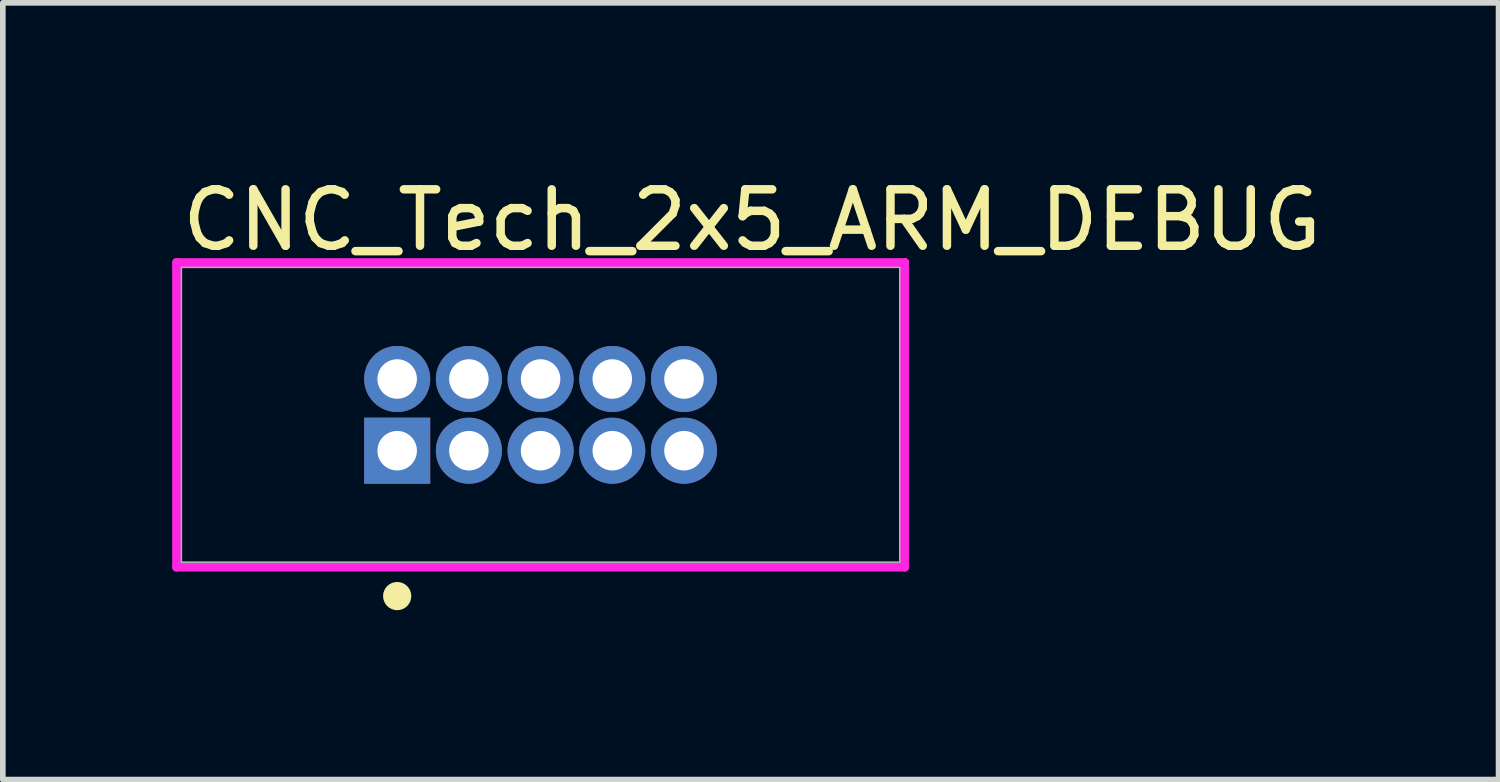
<source format=kicad_pcb>
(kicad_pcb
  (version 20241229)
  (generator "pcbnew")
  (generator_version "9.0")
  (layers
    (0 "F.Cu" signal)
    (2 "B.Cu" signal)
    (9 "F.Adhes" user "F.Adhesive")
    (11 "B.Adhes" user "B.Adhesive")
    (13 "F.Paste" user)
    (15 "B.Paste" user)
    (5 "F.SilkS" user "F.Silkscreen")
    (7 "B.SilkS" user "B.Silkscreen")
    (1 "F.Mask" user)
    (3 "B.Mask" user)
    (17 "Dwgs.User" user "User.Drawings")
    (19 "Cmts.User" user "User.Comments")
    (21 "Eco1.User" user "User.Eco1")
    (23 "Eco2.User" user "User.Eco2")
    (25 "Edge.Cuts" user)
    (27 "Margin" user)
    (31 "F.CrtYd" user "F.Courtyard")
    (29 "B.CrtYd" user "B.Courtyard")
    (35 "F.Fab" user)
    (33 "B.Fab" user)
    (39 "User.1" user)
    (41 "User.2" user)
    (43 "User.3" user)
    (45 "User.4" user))
  (footprint "CNC_Tech_2x5_ARM_DEBUG"
    (layer "F.Cu")
    (at 6.525 4.298)
    (property "Reference" "CNC_Tech_2x5_ARM_DEBUG" (at -6.425 -3.45 0) (layer "F.SilkS") (effects (font (size 1 1) (thickness 0.15)) (justify left)))
    (attr through_hole)
    (fp_line (start -6.425 -2.675) (end 6.425 -2.675) (stroke (width 0.15) (type solid)) (layer "F.SilkS"))
    (fp_line (start -6.425 2.675) (end -6.425 -2.675) (stroke (width 0.15) (type solid)) (layer "F.SilkS"))
    (fp_line (start -6.425 2.675) (end 6.425 2.675) (stroke (width 0.15) (type solid)) (layer "F.SilkS"))
    (fp_line (start 6.425 2.675) (end 6.425 -2.675) (stroke (width 0.15) (type solid)) (layer "F.SilkS"))
    (fp_circle (center -2.54 3.21) (end -2.415 3.21) (stroke (width 0.25) (type solid)) (fill no) (layer "F.SilkS"))
    (fp_line (start -6.45 -2.7) (end -6.45 2.7) (stroke (width 0.15) (type solid)) (layer "F.CrtYd"))
    (fp_line (start -6.45 2.7) (end 6.45 2.7) (stroke (width 0.15) (type solid)) (layer "F.CrtYd"))
    (fp_line (start 6.45 -2.7) (end -6.45 -2.7) (stroke (width 0.15) (type solid)) (layer "F.CrtYd"))
    (fp_line (start 6.45 -2.7) (end 6.45 -2.7) (stroke (width 0.15) (type solid)) (layer "F.CrtYd"))
    (fp_line (start 6.45 2.7) (end 6.45 -2.7) (stroke (width 0.15) (type solid)) (layer "F.CrtYd"))
    (fp_line (start -6.425 -2.675) (end 6.425 -2.675) (stroke (width 0.15) (type solid)) (layer "F.Fab"))
    (fp_line (start -6.425 2.675) (end -6.425 -2.675) (stroke (width 0.15) (type solid)) (layer "F.Fab"))
    (fp_line (start 6.425 -2.675) (end 6.425 2.675) (stroke (width 0.15) (type solid)) (layer "F.Fab"))
    (fp_line (start 6.425 2.675) (end -6.425 2.675) (stroke (width 0.15) (type solid)) (layer "F.Fab"))
    (pad "1" thru_hole rect (at -2.54 0.635) (size 1.17 1.17) (drill 0.7) (layers "*.Cu" "*.Mask"))
    (pad "2" thru_hole circle (at -2.54 -0.635) (size 1.17 1.17) (drill 0.7) (layers "*.Cu" "*.Mask"))
    (pad "3" thru_hole circle (at -1.27 0.635) (size 1.17 1.17) (drill 0.7) (layers "*.Cu" "*.Mask"))
    (pad "4" thru_hole circle (at -1.27 -0.635) (size 1.17 1.17) (drill 0.7) (layers "*.Cu" "*.Mask"))
    (pad "5" thru_hole circle (at 0 0.635) (size 1.17 1.17) (drill 0.7) (layers "*.Cu" "*.Mask"))
    (pad "6" thru_hole circle (at 0 -0.635) (size 1.17 1.17) (drill 0.7) (layers "*.Cu" "*.Mask"))
    (pad "7" thru_hole circle (at 1.27 0.635) (size 1.17 1.17) (drill 0.7) (layers "*.Cu" "*.Mask"))
    (pad "8" thru_hole circle (at 1.27 -0.635) (size 1.17 1.17) (drill 0.7) (layers "*.Cu" "*.Mask"))
    (pad "9" thru_hole circle (at 2.54 0.635) (size 1.17 1.17) (drill 0.7) (layers "*.Cu" "*.Mask"))
    (pad "10" thru_hole circle (at 2.54 -0.635) (size 1.17 1.17) (drill 0.7) (layers "*.Cu" "*.Mask")))
  (gr_rect
    (start -3 -3)
    (end 23.493 10.758)
    (stroke (width 0.1) (type default))
    (fill no)
    (layer "Edge.Cuts")))
</source>
